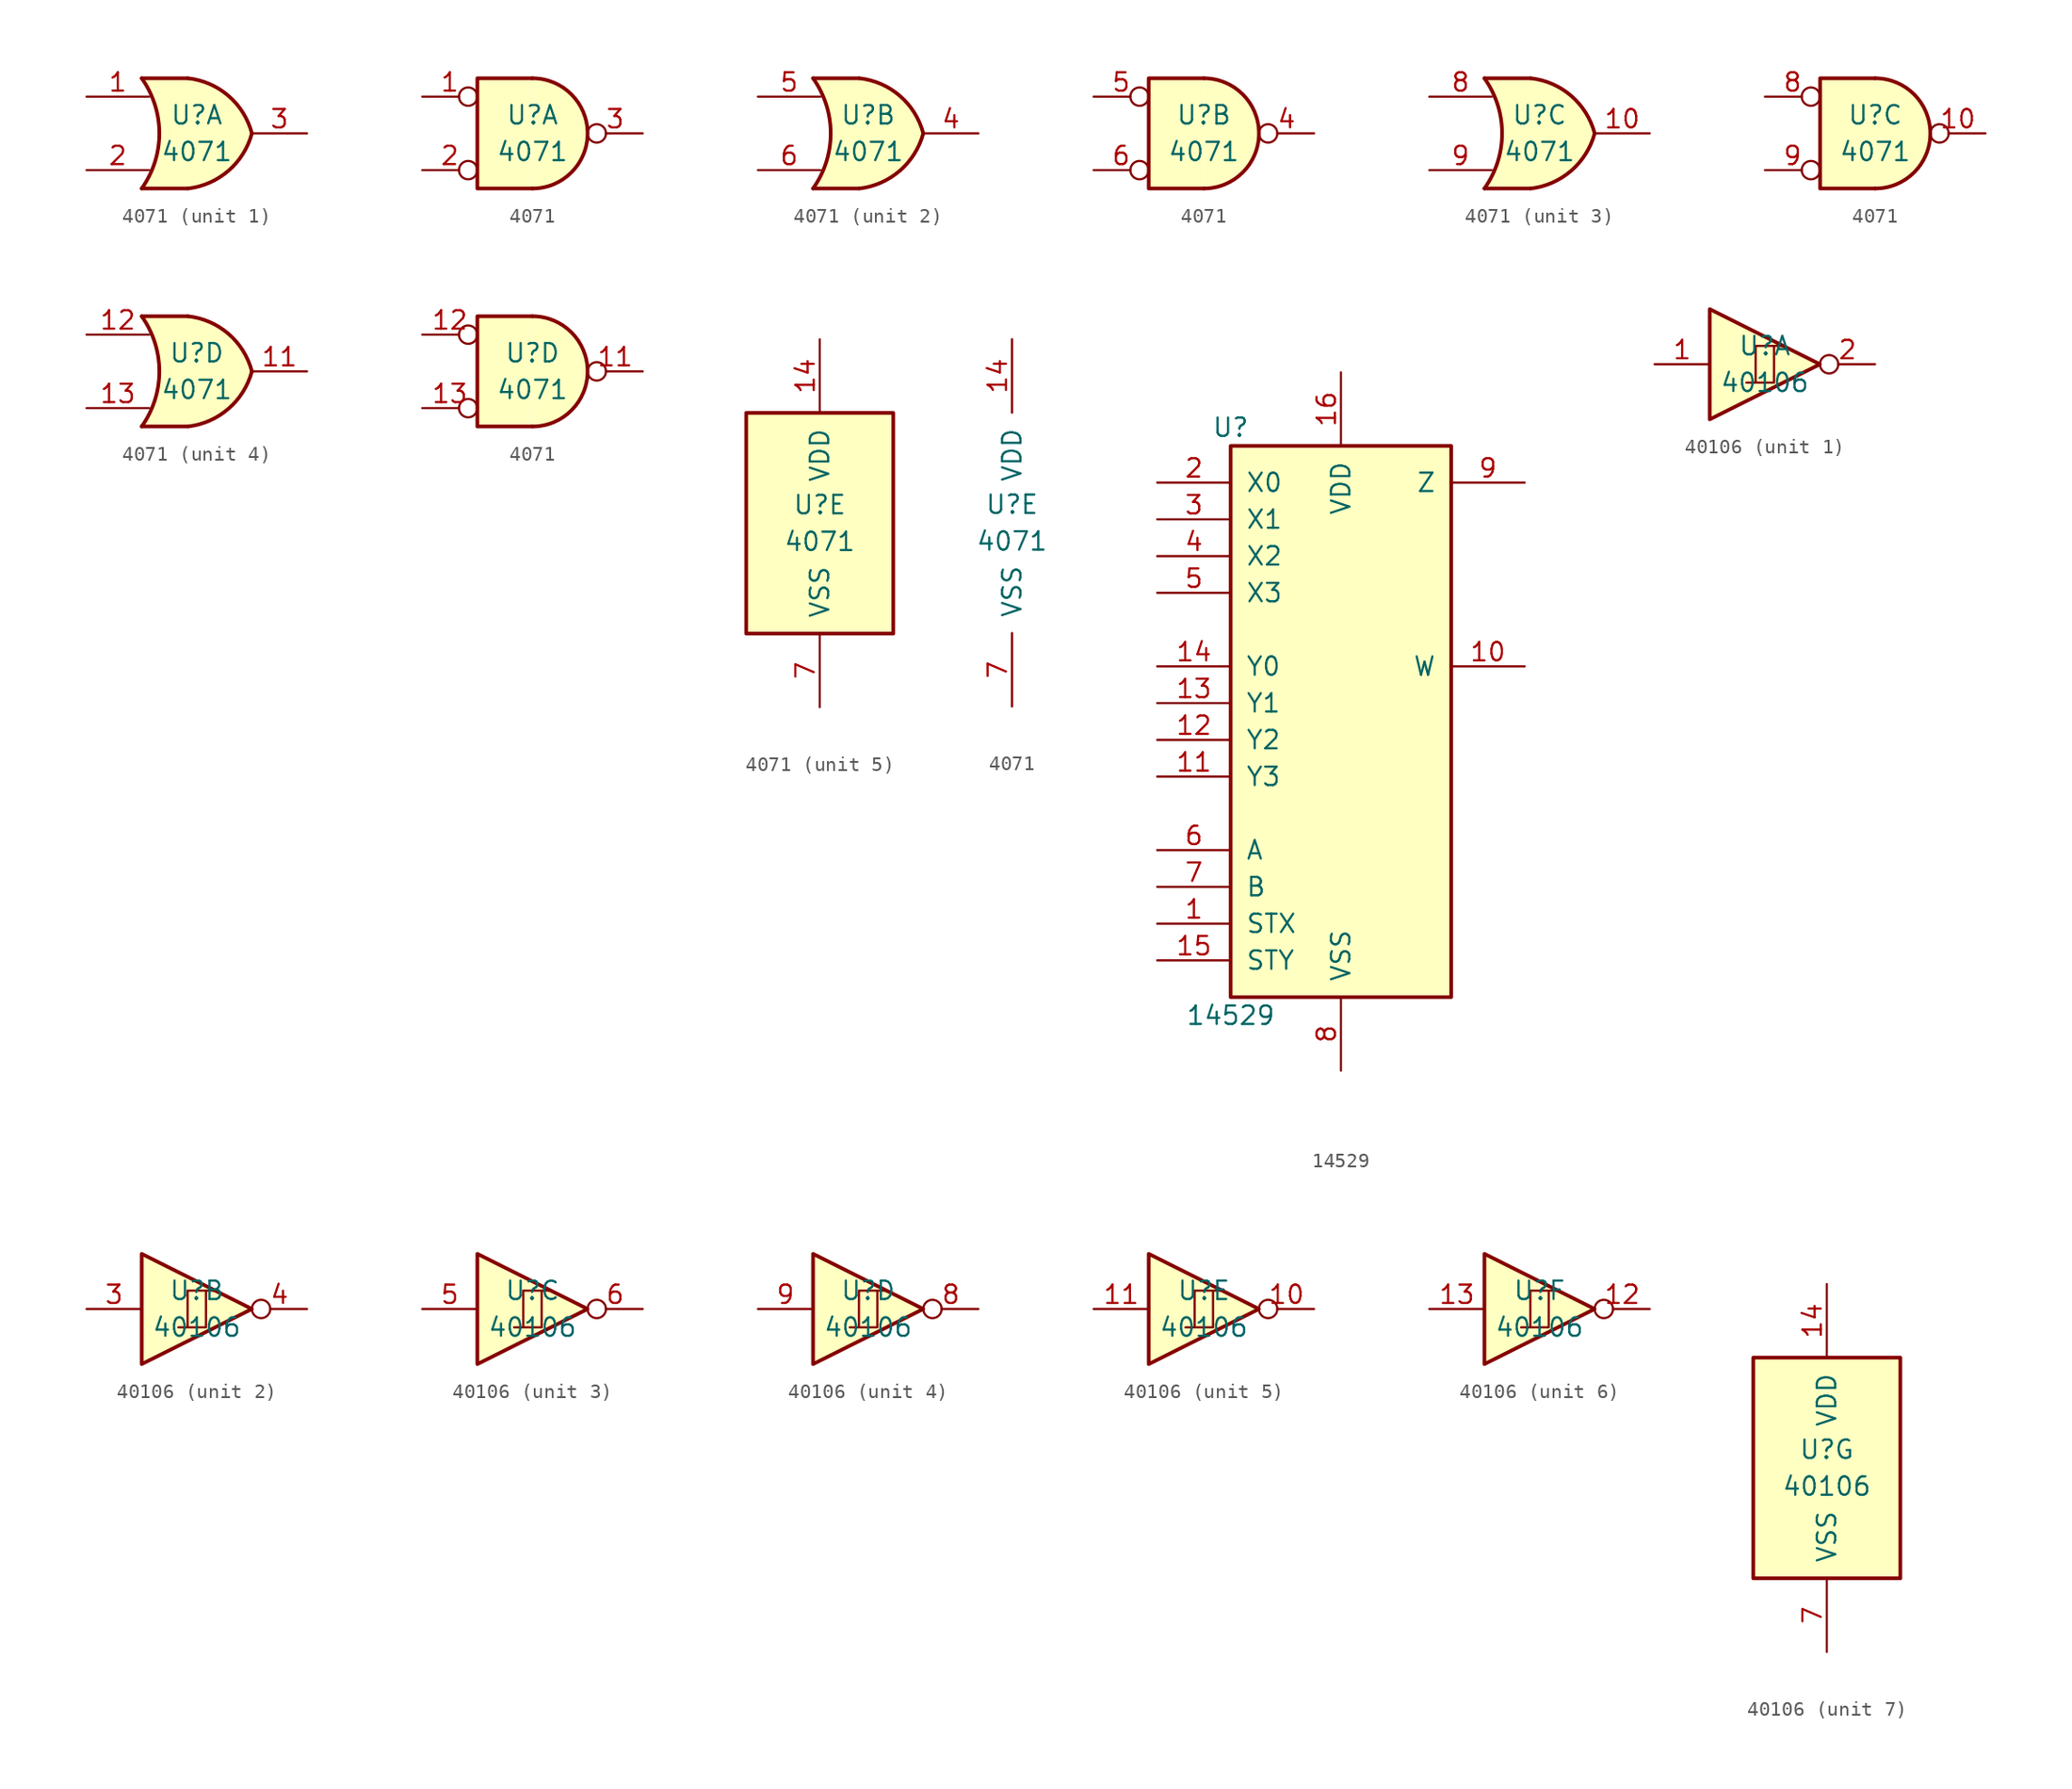
<source format=kicad_sym>
(kicad_symbol_lib
  (version 20241209)
  (generator "kicad_symbol_editor")
  (generator_version "9.0")
  (symbol "4071"
    (pin_names
      (offset 1.016))
    (property "Reference" "U"
      (at 0 1.27 0)
      (effects (font (size 1.27 1.27))))
    (property "Value" "4071"
      (at 0 -1.27 0)
      (effects (font (size 1.27 1.27))))
    (property "ki_locked" ""
      (at 0 0 0)
      (effects (font (size 1.27 1.27))))
    (symbol "4071_1_1"
      (arc (start -3.81 3.81) (mid -2.589 0) (end -3.81 -3.81) (stroke (width 0.254) (type default)) (fill (type none)))
      (polyline (pts (xy -3.81 3.81) (xy -0.635 3.81)) (stroke (width 0.254) (type default)) (fill (type background)))
      (polyline (pts (xy -3.81 -3.81) (xy -0.635 -3.81)) (stroke (width 0.254) (type default)) (fill (type background)))
      (arc (start 3.81 0) (mid 2.1855 -2.584) (end -0.6096 -3.81) (stroke (width 0.254) (type default)) (fill (type background)))
      (arc (start -0.6096 3.81) (mid 2.1928 2.5924) (end 3.81 0) (stroke (width 0.254) (type default)) (fill (type background)))
      (polyline (pts (xy -0.635 3.81) (xy -3.81 3.81) (xy -3.81 3.81) (xy -3.556 3.404) (xy -3.023 2.261) (xy -2.692 1.041) (xy -2.616 -0.254) (xy -2.769 -1.499) (xy -3.175 -2.718) (xy -3.81 -3.81) (xy -3.81 -3.81) (xy -0.635 -3.81)) (stroke (width -25.4) (type default)) (fill (type background)))
      (pin input line (at -7.62 2.54 0) (length 4.318) (name "~" (effects (font (size 1.27 1.27)))) (number "1" (effects (font (size 1.27 1.27)))))
      (pin input line (at -7.62 -2.54 0) (length 4.318) (name "~" (effects (font (size 1.27 1.27)))) (number "2" (effects (font (size 1.27 1.27)))))
      (pin output line (at 7.62 0 180) (length 3.81) (name "~" (effects (font (size 1.27 1.27)))) (number "3" (effects (font (size 1.27 1.27))))))
    (symbol "4071_1_2"
      (arc (start 0 3.81) (mid 3.7934 0) (end 0 -3.81) (stroke (width 0.254) (type default)) (fill (type background)))
      (polyline (pts (xy 0 3.81) (xy -3.81 3.81) (xy -3.81 -3.81) (xy 0 -3.81)) (stroke (width 0.254) (type default)) (fill (type background)))
      (pin input inverted (at -7.62 2.54 0) (length 3.81) (name "~" (effects (font (size 1.27 1.27)))) (number "1" (effects (font (size 1.27 1.27)))))
      (pin input inverted (at -7.62 -2.54 0) (length 3.81) (name "~" (effects (font (size 1.27 1.27)))) (number "2" (effects (font (size 1.27 1.27)))))
      (pin output inverted (at 7.62 0 180) (length 3.81) (name "~" (effects (font (size 1.27 1.27)))) (number "3" (effects (font (size 1.27 1.27))))))
    (symbol "4071_2_1"
      (arc (start -3.81 3.81) (mid -2.589 0) (end -3.81 -3.81) (stroke (width 0.254) (type default)) (fill (type none)))
      (polyline (pts (xy -3.81 3.81) (xy -0.635 3.81)) (stroke (width 0.254) (type default)) (fill (type background)))
      (polyline (pts (xy -3.81 -3.81) (xy -0.635 -3.81)) (stroke (width 0.254) (type default)) (fill (type background)))
      (arc (start 3.81 0) (mid 2.1855 -2.584) (end -0.6096 -3.81) (stroke (width 0.254) (type default)) (fill (type background)))
      (arc (start -0.6096 3.81) (mid 2.1928 2.5924) (end 3.81 0) (stroke (width 0.254) (type default)) (fill (type background)))
      (polyline (pts (xy -0.635 3.81) (xy -3.81 3.81) (xy -3.81 3.81) (xy -3.556 3.404) (xy -3.023 2.261) (xy -2.692 1.041) (xy -2.616 -0.254) (xy -2.769 -1.499) (xy -3.175 -2.718) (xy -3.81 -3.81) (xy -3.81 -3.81) (xy -0.635 -3.81)) (stroke (width -25.4) (type default)) (fill (type background)))
      (pin input line (at -7.62 2.54 0) (length 4.318) (name "~" (effects (font (size 1.27 1.27)))) (number "5" (effects (font (size 1.27 1.27)))))
      (pin input line (at -7.62 -2.54 0) (length 4.318) (name "~" (effects (font (size 1.27 1.27)))) (number "6" (effects (font (size 1.27 1.27)))))
      (pin output line (at 7.62 0 180) (length 3.81) (name "~" (effects (font (size 1.27 1.27)))) (number "4" (effects (font (size 1.27 1.27))))))
    (symbol "4071_2_2"
      (arc (start 0 3.81) (mid 3.7934 0) (end 0 -3.81) (stroke (width 0.254) (type default)) (fill (type background)))
      (polyline (pts (xy 0 3.81) (xy -3.81 3.81) (xy -3.81 -3.81) (xy 0 -3.81)) (stroke (width 0.254) (type default)) (fill (type background)))
      (pin input inverted (at -7.62 2.54 0) (length 3.81) (name "~" (effects (font (size 1.27 1.27)))) (number "5" (effects (font (size 1.27 1.27)))))
      (pin input inverted (at -7.62 -2.54 0) (length 3.81) (name "~" (effects (font (size 1.27 1.27)))) (number "6" (effects (font (size 1.27 1.27)))))
      (pin output inverted (at 7.62 0 180) (length 3.81) (name "~" (effects (font (size 1.27 1.27)))) (number "4" (effects (font (size 1.27 1.27))))))
    (symbol "4071_3_1"
      (arc (start -3.81 3.81) (mid -2.589 0) (end -3.81 -3.81) (stroke (width 0.254) (type default)) (fill (type none)))
      (polyline (pts (xy -3.81 3.81) (xy -0.635 3.81)) (stroke (width 0.254) (type default)) (fill (type background)))
      (polyline (pts (xy -3.81 -3.81) (xy -0.635 -3.81)) (stroke (width 0.254) (type default)) (fill (type background)))
      (arc (start 3.81 0) (mid 2.1855 -2.584) (end -0.6096 -3.81) (stroke (width 0.254) (type default)) (fill (type background)))
      (arc (start -0.6096 3.81) (mid 2.1928 2.5924) (end 3.81 0) (stroke (width 0.254) (type default)) (fill (type background)))
      (polyline (pts (xy -0.635 3.81) (xy -3.81 3.81) (xy -3.81 3.81) (xy -3.556 3.404) (xy -3.023 2.261) (xy -2.692 1.041) (xy -2.616 -0.254) (xy -2.769 -1.499) (xy -3.175 -2.718) (xy -3.81 -3.81) (xy -3.81 -3.81) (xy -0.635 -3.81)) (stroke (width -25.4) (type default)) (fill (type background)))
      (pin input line (at -7.62 2.54 0) (length 4.318) (name "~" (effects (font (size 1.27 1.27)))) (number "8" (effects (font (size 1.27 1.27)))))
      (pin input line (at -7.62 -2.54 0) (length 4.318) (name "~" (effects (font (size 1.27 1.27)))) (number "9" (effects (font (size 1.27 1.27)))))
      (pin output line (at 7.62 0 180) (length 3.81) (name "~" (effects (font (size 1.27 1.27)))) (number "10" (effects (font (size 1.27 1.27))))))
    (symbol "4071_3_2"
      (arc (start 0 3.81) (mid 3.7934 0) (end 0 -3.81) (stroke (width 0.254) (type default)) (fill (type background)))
      (polyline (pts (xy 0 3.81) (xy -3.81 3.81) (xy -3.81 -3.81) (xy 0 -3.81)) (stroke (width 0.254) (type default)) (fill (type background)))
      (pin input inverted (at -7.62 2.54 0) (length 3.81) (name "~" (effects (font (size 1.27 1.27)))) (number "8" (effects (font (size 1.27 1.27)))))
      (pin input inverted (at -7.62 -2.54 0) (length 3.81) (name "~" (effects (font (size 1.27 1.27)))) (number "9" (effects (font (size 1.27 1.27)))))
      (pin output inverted (at 7.62 0 180) (length 3.81) (name "~" (effects (font (size 1.27 1.27)))) (number "10" (effects (font (size 1.27 1.27))))))
    (symbol "4071_4_1"
      (arc (start -3.81 3.81) (mid -2.589 0) (end -3.81 -3.81) (stroke (width 0.254) (type default)) (fill (type none)))
      (polyline (pts (xy -3.81 3.81) (xy -0.635 3.81)) (stroke (width 0.254) (type default)) (fill (type background)))
      (polyline (pts (xy -3.81 -3.81) (xy -0.635 -3.81)) (stroke (width 0.254) (type default)) (fill (type background)))
      (arc (start 3.81 0) (mid 2.1855 -2.584) (end -0.6096 -3.81) (stroke (width 0.254) (type default)) (fill (type background)))
      (arc (start -0.6096 3.81) (mid 2.1928 2.5924) (end 3.81 0) (stroke (width 0.254) (type default)) (fill (type background)))
      (polyline (pts (xy -0.635 3.81) (xy -3.81 3.81) (xy -3.81 3.81) (xy -3.556 3.404) (xy -3.023 2.261) (xy -2.692 1.041) (xy -2.616 -0.254) (xy -2.769 -1.499) (xy -3.175 -2.718) (xy -3.81 -3.81) (xy -3.81 -3.81) (xy -0.635 -3.81)) (stroke (width -25.4) (type default)) (fill (type background)))
      (pin input line (at -7.62 2.54 0) (length 4.318) (name "~" (effects (font (size 1.27 1.27)))) (number "12" (effects (font (size 1.27 1.27)))))
      (pin input line (at -7.62 -2.54 0) (length 4.318) (name "~" (effects (font (size 1.27 1.27)))) (number "13" (effects (font (size 1.27 1.27)))))
      (pin output line (at 7.62 0 180) (length 3.81) (name "~" (effects (font (size 1.27 1.27)))) (number "11" (effects (font (size 1.27 1.27))))))
    (symbol "4071_4_2"
      (arc (start 0 3.81) (mid 3.7934 0) (end 0 -3.81) (stroke (width 0.254) (type default)) (fill (type background)))
      (polyline (pts (xy 0 3.81) (xy -3.81 3.81) (xy -3.81 -3.81) (xy 0 -3.81)) (stroke (width 0.254) (type default)) (fill (type background)))
      (pin input inverted (at -7.62 2.54 0) (length 3.81) (name "~" (effects (font (size 1.27 1.27)))) (number "12" (effects (font (size 1.27 1.27)))))
      (pin input inverted (at -7.62 -2.54 0) (length 3.81) (name "~" (effects (font (size 1.27 1.27)))) (number "13" (effects (font (size 1.27 1.27)))))
      (pin output inverted (at 7.62 0 180) (length 3.81) (name "~" (effects (font (size 1.27 1.27)))) (number "11" (effects (font (size 1.27 1.27))))))
    (symbol "4071_5_0"
      (pin power_in line (at 0 12.7 270) (length 5.08) (name "VDD" (effects (font (size 1.27 1.27)))) (number "14" (effects (font (size 1.27 1.27)))))
      (pin power_in line (at 0 -12.7 90) (length 5.08) (name "VSS" (effects (font (size 1.27 1.27)))) (number "7" (effects (font (size 1.27 1.27))))))
    (symbol "4071_5_1"
      (rectangle (start -5.08 7.62) (end 5.08 -7.62) (stroke (width 0.254) (type default)) (fill (type background)))))
  (symbol "14529"
    (pin_names
      (offset 1.016))
    (property "Reference" "U"
      (at -7.62 19.05 0)
      (effects (font (size 1.27 1.27))))
    (property "Value" "14529"
      (at -7.62 -21.59 0)
      (effects (font (size 1.27 1.27))))
    (property "ki_locked" ""
      (at 0 0 0)
      (effects (font (size 1.27 1.27))))
    (symbol "14529_1_0"
      (pin input line (at -12.7 15.24 0) (length 5.08) (name "X0" (effects (font (size 1.27 1.27)))) (number "2" (effects (font (size 1.27 1.27)))))
      (pin input line (at -12.7 12.7 0) (length 5.08) (name "X1" (effects (font (size 1.27 1.27)))) (number "3" (effects (font (size 1.27 1.27)))))
      (pin input line (at -12.7 10.16 0) (length 5.08) (name "X2" (effects (font (size 1.27 1.27)))) (number "4" (effects (font (size 1.27 1.27)))))
      (pin input line (at -12.7 7.62 0) (length 5.08) (name "X3" (effects (font (size 1.27 1.27)))) (number "5" (effects (font (size 1.27 1.27)))))
      (pin input line (at -12.7 2.54 0) (length 5.08) (name "Y0" (effects (font (size 1.27 1.27)))) (number "14" (effects (font (size 1.27 1.27)))))
      (pin input line (at -12.7 0 0) (length 5.08) (name "Y1" (effects (font (size 1.27 1.27)))) (number "13" (effects (font (size 1.27 1.27)))))
      (pin input line (at -12.7 -2.54 0) (length 5.08) (name "Y2" (effects (font (size 1.27 1.27)))) (number "12" (effects (font (size 1.27 1.27)))))
      (pin input line (at -12.7 -5.08 0) (length 5.08) (name "Y3" (effects (font (size 1.27 1.27)))) (number "11" (effects (font (size 1.27 1.27)))))
      (pin input line (at -12.7 -10.16 0) (length 5.08) (name "A" (effects (font (size 1.27 1.27)))) (number "6" (effects (font (size 1.27 1.27)))))
      (pin input line (at -12.7 -12.7 0) (length 5.08) (name "B" (effects (font (size 1.27 1.27)))) (number "7" (effects (font (size 1.27 1.27)))))
      (pin input line (at -12.7 -15.24 0) (length 5.08) (name "STX" (effects (font (size 1.27 1.27)))) (number "1" (effects (font (size 1.27 1.27)))))
      (pin input line (at -12.7 -17.78 0) (length 5.08) (name "STY" (effects (font (size 1.27 1.27)))) (number "15" (effects (font (size 1.27 1.27)))))
      (pin power_in line (at 0 22.86 270) (length 5.08) (name "VDD" (effects (font (size 1.27 1.27)))) (number "16" (effects (font (size 1.27 1.27)))))
      (pin power_in line (at 0 -25.4 90) (length 5.08) (name "VSS" (effects (font (size 1.27 1.27)))) (number "8" (effects (font (size 1.27 1.27)))))
      (pin tri_state line (at 12.7 15.24 180) (length 5.08) (name "Z" (effects (font (size 1.27 1.27)))) (number "9" (effects (font (size 1.27 1.27)))))
      (pin tri_state line (at 12.7 2.54 180) (length 5.08) (name "W" (effects (font (size 1.27 1.27)))) (number "10" (effects (font (size 1.27 1.27))))))
    (symbol "14529_1_1"
      (rectangle (start -7.62 17.78) (end 7.62 -20.32) (stroke (width 0.254) (type default)) (fill (type background)))))
  (symbol "40106"
    (pin_names
      (offset 1.016))
    (property "Reference" "U"
      (at 0 1.27 0)
      (effects (font (size 1.27 1.27))))
    (property "Value" "40106"
      (at 0 -1.27 0)
      (effects (font (size 1.27 1.27))))
    (property "ki_locked" ""
      (at 0 0 0)
      (effects (font (size 1.27 1.27))))
    (symbol "40106_1_0"
      (polyline (pts (xy -3.81 3.81) (xy -3.81 -3.81) (xy 3.81 0) (xy -3.81 3.81)) (stroke (width 0.254) (type default)) (fill (type background)))
      (polyline (pts (xy -1.27 -1.27) (xy 0.635 -1.27) (xy 0.635 1.27) (xy 1.27 1.27)) (stroke (width 0) (type default)) (fill (type none)))
      (polyline (pts (xy -0.635 -1.27) (xy -0.635 1.27) (xy 0.635 1.27)) (stroke (width 0) (type default)) (fill (type none)))
      (pin input line (at -7.62 0 0) (length 3.81) (name "~" (effects (font (size 1.27 1.27)))) (number "1" (effects (font (size 1.27 1.27)))))
      (pin output inverted (at 7.62 0 180) (length 3.81) (name "~" (effects (font (size 1.27 1.27)))) (number "2" (effects (font (size 1.27 1.27))))))
    (symbol "40106_2_0"
      (polyline (pts (xy -3.81 3.81) (xy -3.81 -3.81) (xy 3.81 0) (xy -3.81 3.81)) (stroke (width 0.254) (type default)) (fill (type background)))
      (polyline (pts (xy -1.27 -1.27) (xy 0.635 -1.27) (xy 0.635 1.27) (xy 1.27 1.27)) (stroke (width 0) (type default)) (fill (type none)))
      (polyline (pts (xy -0.635 -1.27) (xy -0.635 1.27) (xy 0.635 1.27)) (stroke (width 0) (type default)) (fill (type none)))
      (pin input line (at -7.62 0 0) (length 3.81) (name "~" (effects (font (size 1.27 1.27)))) (number "3" (effects (font (size 1.27 1.27)))))
      (pin output inverted (at 7.62 0 180) (length 3.81) (name "~" (effects (font (size 1.27 1.27)))) (number "4" (effects (font (size 1.27 1.27))))))
    (symbol "40106_3_0"
      (polyline (pts (xy -3.81 3.81) (xy -3.81 -3.81) (xy 3.81 0) (xy -3.81 3.81)) (stroke (width 0.254) (type default)) (fill (type background)))
      (polyline (pts (xy -1.27 -1.27) (xy 0.635 -1.27) (xy 0.635 1.27) (xy 1.27 1.27)) (stroke (width 0) (type default)) (fill (type none)))
      (polyline (pts (xy -0.635 -1.27) (xy -0.635 1.27) (xy 0.635 1.27)) (stroke (width 0) (type default)) (fill (type none)))
      (pin input line (at -7.62 0 0) (length 3.81) (name "~" (effects (font (size 1.27 1.27)))) (number "5" (effects (font (size 1.27 1.27)))))
      (pin output inverted (at 7.62 0 180) (length 3.81) (name "~" (effects (font (size 1.27 1.27)))) (number "6" (effects (font (size 1.27 1.27))))))
    (symbol "40106_4_0"
      (polyline (pts (xy -3.81 3.81) (xy -3.81 -3.81) (xy 3.81 0) (xy -3.81 3.81)) (stroke (width 0.254) (type default)) (fill (type background)))
      (polyline (pts (xy -1.27 -1.27) (xy 0.635 -1.27) (xy 0.635 1.27) (xy 1.27 1.27)) (stroke (width 0) (type default)) (fill (type none)))
      (polyline (pts (xy -0.635 -1.27) (xy -0.635 1.27) (xy 0.635 1.27)) (stroke (width 0) (type default)) (fill (type none)))
      (pin input line (at -7.62 0 0) (length 3.81) (name "~" (effects (font (size 1.27 1.27)))) (number "9" (effects (font (size 1.27 1.27)))))
      (pin output inverted (at 7.62 0 180) (length 3.81) (name "~" (effects (font (size 1.27 1.27)))) (number "8" (effects (font (size 1.27 1.27))))))
    (symbol "40106_5_0"
      (polyline (pts (xy -3.81 3.81) (xy -3.81 -3.81) (xy 3.81 0) (xy -3.81 3.81)) (stroke (width 0.254) (type default)) (fill (type background)))
      (polyline (pts (xy -1.27 -1.27) (xy 0.635 -1.27) (xy 0.635 1.27) (xy 1.27 1.27)) (stroke (width 0) (type default)) (fill (type none)))
      (polyline (pts (xy -0.635 -1.27) (xy -0.635 1.27) (xy 0.635 1.27)) (stroke (width 0) (type default)) (fill (type none)))
      (pin input line (at -7.62 0 0) (length 3.81) (name "~" (effects (font (size 1.27 1.27)))) (number "11" (effects (font (size 1.27 1.27)))))
      (pin output inverted (at 7.62 0 180) (length 3.81) (name "~" (effects (font (size 1.27 1.27)))) (number "10" (effects (font (size 1.27 1.27))))))
    (symbol "40106_6_0"
      (polyline (pts (xy -3.81 3.81) (xy -3.81 -3.81) (xy 3.81 0) (xy -3.81 3.81)) (stroke (width 0.254) (type default)) (fill (type background)))
      (polyline (pts (xy -1.27 -1.27) (xy 0.635 -1.27) (xy 0.635 1.27) (xy 1.27 1.27)) (stroke (width 0) (type default)) (fill (type none)))
      (polyline (pts (xy -0.635 -1.27) (xy -0.635 1.27) (xy 0.635 1.27)) (stroke (width 0) (type default)) (fill (type none)))
      (pin input line (at -7.62 0 0) (length 3.81) (name "~" (effects (font (size 1.27 1.27)))) (number "13" (effects (font (size 1.27 1.27)))))
      (pin output inverted (at 7.62 0 180) (length 3.81) (name "~" (effects (font (size 1.27 1.27)))) (number "12" (effects (font (size 1.27 1.27))))))
    (symbol "40106_7_0"
      (pin power_in line (at 0 12.7 270) (length 5.08) (name "VDD" (effects (font (size 1.27 1.27)))) (number "14" (effects (font (size 1.27 1.27)))))
      (pin power_in line (at 0 -12.7 90) (length 5.08) (name "VSS" (effects (font (size 1.27 1.27)))) (number "7" (effects (font (size 1.27 1.27))))))
    (symbol "40106_7_1"
      (rectangle (start -5.08 7.62) (end 5.08 -7.62) (stroke (width 0.254) (type default)) (fill (type background))))))
</source>
